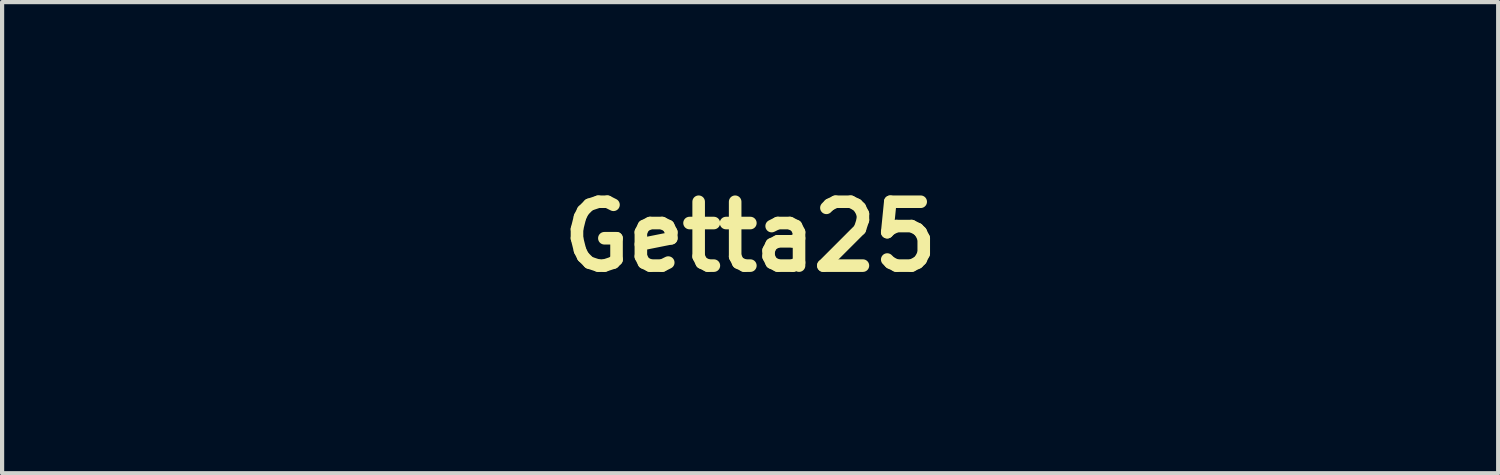
<source format=kicad_pcb>
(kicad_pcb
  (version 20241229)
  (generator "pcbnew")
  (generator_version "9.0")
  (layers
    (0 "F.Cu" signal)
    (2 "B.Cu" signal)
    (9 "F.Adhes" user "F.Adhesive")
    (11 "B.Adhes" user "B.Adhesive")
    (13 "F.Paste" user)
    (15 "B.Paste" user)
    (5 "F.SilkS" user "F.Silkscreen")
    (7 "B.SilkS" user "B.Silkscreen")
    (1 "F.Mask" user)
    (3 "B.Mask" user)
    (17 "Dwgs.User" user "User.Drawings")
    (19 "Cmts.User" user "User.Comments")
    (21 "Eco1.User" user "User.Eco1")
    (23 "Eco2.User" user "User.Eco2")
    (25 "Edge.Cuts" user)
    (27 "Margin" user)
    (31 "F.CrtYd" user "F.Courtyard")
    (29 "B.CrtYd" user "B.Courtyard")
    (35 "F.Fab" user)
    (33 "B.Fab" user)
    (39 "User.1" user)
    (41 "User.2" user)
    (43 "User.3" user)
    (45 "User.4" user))
  (footprint "Getta25"
    (layer "F.Cu")
    (at 14.853 2.598)
    (property "Reference" "Getta25" (at 0 0 0) (layer "F.SilkS") (effects (font (size 1.524 1.524) (thickness 0.3))))
    (attr through_hole)
    (fp_poly (pts (xy -5.345 2.466) (xy -6.737 2.471) (xy -7.023 2.472) (xy -7.27 2.473) (xy -7.48 2.473) (xy -7.655 2.472) (xy -7.799 2.471) (xy -7.913 2.469) (xy -8.001 2.467) (xy -8.065 2.464) (xy -8.108 2.46) (xy -8.132 2.455) (xy -8.14 2.45) (xy -8.142 2.421) (xy -8.144 2.357) (xy -8.146 2.264) (xy -8.146 2.148) (xy -8.145 2.016) (xy -8.144 1.968) (xy -8.139 1.513) (xy -5.345 1.513) (xy -5.345 2.466)) (stroke (width 0.01) (type solid)) (fill yes) (layer "F.Mask"))
    (fp_poly (pts (xy 2.207 -0.484) (xy 2.268 -0.481) (xy 2.307 -0.475) (xy 2.331 -0.465) (xy 2.344 -0.452) (xy 2.354 -0.418) (xy 2.361 -0.352) (xy 2.367 -0.263) (xy 2.371 -0.162) (xy 2.371 -0.059) (xy 2.37 0.037) (xy 2.365 0.115) (xy 2.357 0.164) (xy 2.351 0.182) (xy 2.34 0.194) (xy 2.317 0.203) (xy 2.276 0.208) (xy 2.211 0.211) (xy 2.116 0.212) (xy 1.997 0.212) (xy 1.65 0.212) (xy 1.656 -0.132) (xy 1.662 -0.476) (xy 1.99 -0.482) (xy 2.116 -0.484) (xy 2.207 -0.484)) (stroke (width 0.01) (type solid)) (fill yes) (layer "F.Mask"))
    (fp_poly (pts (xy -2.545 1.91) (xy -1.916 1.916) (xy -1.916 2.248) (xy -1.917 2.37) (xy -1.921 2.473) (xy -1.927 2.549) (xy -1.934 2.593) (xy -1.937 2.6) (xy -1.962 2.605) (xy -2.023 2.61) (xy -2.113 2.615) (xy -2.225 2.62) (xy -2.353 2.625) (xy -2.49 2.629) (xy -2.63 2.633) (xy -2.764 2.635) (xy -2.888 2.637) (xy -2.994 2.637) (xy -3.076 2.636) (xy -3.127 2.633) (xy -3.138 2.632) (xy -3.152 2.624) (xy -3.161 2.607) (xy -3.168 2.574) (xy -3.172 2.519) (xy -3.174 2.436) (xy -3.175 2.318) (xy -3.175 2.263) (xy -3.175 1.904) (xy -2.545 1.91)) (stroke (width 0.01) (type solid)) (fill yes) (layer "F.Mask"))
    (fp_poly (pts (xy 6.529 1.741) (xy 6.648 1.743) (xy 6.781 1.746) (xy 6.826 1.747) (xy 7.279 1.763) (xy 7.375 2.026) (xy 7.426 2.172) (xy 7.457 2.283) (xy 7.47 2.363) (xy 7.464 2.415) (xy 7.441 2.441) (xy 7.438 2.442) (xy 7.408 2.446) (xy 7.342 2.45) (xy 7.247 2.452) (xy 7.13 2.454) (xy 6.998 2.455) (xy 6.953 2.455) (xy 6.501 2.455) (xy 6.414 2.228) (xy 6.377 2.132) (xy 6.344 2.047) (xy 6.319 1.982) (xy 6.307 1.952) (xy 6.287 1.878) (xy 6.288 1.811) (xy 6.307 1.762) (xy 6.33 1.746) (xy 6.363 1.743) (xy 6.432 1.741) (xy 6.529 1.741)) (stroke (width 0.01) (type solid)) (fill yes) (layer "F.Mask"))
    (fp_poly (pts (xy -11.373 -0.461) (xy -11.179 -0.461) (xy -10.171 -0.455) (xy -10.165 0.059) (xy -10.164 0.227) (xy -10.164 0.358) (xy -10.166 0.454) (xy -10.169 0.521) (xy -10.175 0.561) (xy -10.183 0.58) (xy -10.186 0.582) (xy -10.212 0.584) (xy -10.276 0.586) (xy -10.374 0.588) (xy -10.502 0.59) (xy -10.656 0.592) (xy -10.831 0.594) (xy -11.023 0.596) (xy -11.228 0.597) (xy -11.259 0.597) (xy -11.504 0.599) (xy -11.71 0.599) (xy -11.88 0.599) (xy -12.018 0.598) (xy -12.126 0.596) (xy -12.208 0.593) (xy -12.266 0.59) (xy -12.305 0.585) (xy -12.327 0.579) (xy -12.334 0.575) (xy -12.343 0.557) (xy -12.35 0.521) (xy -12.355 0.463) (xy -12.357 0.377) (xy -12.358 0.26) (xy -12.357 0.106) (xy -12.356 0.057) (xy -12.351 -0.432) (xy -12.269 -0.449) (xy -12.231 -0.452) (xy -12.156 -0.455) (xy -12.048 -0.458) (xy -11.911 -0.46) (xy -11.75 -0.461) (xy -11.569 -0.461) (xy -11.373 -0.461)) (stroke (width 0.01) (type solid)) (fill yes) (layer "F.Mask"))
    (fp_poly (pts (xy 1.44 -1.099) (xy 1.501 -1.095) (xy 1.54 -1.088) (xy 1.564 -1.077) (xy 1.574 -1.069) (xy 1.584 -1.055) (xy 1.592 -1.032) (xy 1.598 -0.995) (xy 1.602 -0.94) (xy 1.605 -0.863) (xy 1.607 -0.758) (xy 1.608 -0.62) (xy 1.609 -0.446) (xy 1.609 -0.411) (xy 1.609 0.212) (xy 0.92 0.212) (xy 0.723 0.211) (xy 0.565 0.21) (xy 0.441 0.208) (xy 0.349 0.205) (xy 0.285 0.201) (xy 0.244 0.195) (xy 0.224 0.188) (xy 0.221 0.184) (xy 0.218 0.155) (xy 0.216 0.09) (xy 0.215 0.000105) (xy 0.215 -0.108) (xy 0.216 -0.17) (xy 0.222 -0.497) (xy 0.512 -0.508) (xy 0.654 -0.515) (xy 0.754 -0.525) (xy 0.814 -0.537) (xy 0.829 -0.545) (xy 0.842 -0.579) (xy 0.855 -0.65) (xy 0.865 -0.752) (xy 0.869 -0.815) (xy 0.875 -0.913) (xy 0.883 -0.995) (xy 0.891 -1.052) (xy 0.898 -1.074) (xy 0.924 -1.08) (xy 0.984 -1.086) (xy 1.07 -1.091) (xy 1.176 -1.096) (xy 1.226 -1.097) (xy 1.351 -1.099) (xy 1.44 -1.099)) (stroke (width 0.01) (type solid)) (fill yes) (layer "F.Mask"))
    (fp_poly (pts (xy -14.063 -0.594) (xy -13.929 -0.592) (xy -13.805 -0.589) (xy -13.696 -0.585) (xy -13.61 -0.579) (xy -13.555 -0.571) (xy -13.54 -0.566) (xy -13.529 -0.556) (xy -13.521 -0.537) (xy -13.515 -0.507) (xy -13.511 -0.46) (xy -13.509 -0.391) (xy -13.507 -0.297) (xy -13.507 -0.171) (xy -13.508 -0.01) (xy -13.509 0.085) (xy -13.515 0.709) (xy -13.822 0.723) (xy -13.958 0.729) (xy -14.104 0.735) (xy -14.243 0.742) (xy -14.358 0.747) (xy -14.362 0.747) (xy -14.459 0.75) (xy -14.544 0.751) (xy -14.604 0.75) (xy -14.628 0.748) (xy -14.64 0.739) (xy -14.65 0.717) (xy -14.657 0.676) (xy -14.664 0.61) (xy -14.669 0.515) (xy -14.674 0.384) (xy -14.676 0.343) (xy -14.68 0.195) (xy -14.684 0.041) (xy -14.687 -0.107) (xy -14.689 -0.234) (xy -14.69 -0.301) (xy -14.689 -0.408) (xy -14.686 -0.48) (xy -14.68 -0.526) (xy -14.67 -0.552) (xy -14.654 -0.567) (xy -14.649 -0.571) (xy -14.613 -0.579) (xy -14.543 -0.585) (xy -14.446 -0.589) (xy -14.329 -0.592) (xy -14.199 -0.594) (xy -14.063 -0.594)) (stroke (width 0.01) (type solid)) (fill yes) (layer "F.Mask"))
    (fp_poly (pts (xy 1.293 0.297) (xy 1.399 0.299) (xy 1.491 0.304) (xy 1.561 0.311) (xy 1.6 0.319) (xy 1.604 0.322) (xy 1.611 0.349) (xy 1.617 0.413) (xy 1.622 0.509) (xy 1.625 0.63) (xy 1.628 0.773) (xy 1.63 0.93) (xy 1.632 1.097) (xy 1.632 1.268) (xy 1.631 1.437) (xy 1.63 1.6) (xy 1.627 1.751) (xy 1.624 1.884) (xy 1.619 1.995) (xy 1.614 2.076) (xy 1.608 2.124) (xy 1.604 2.134) (xy 1.574 2.144) (xy 1.51 2.152) (xy 1.423 2.158) (xy 1.319 2.161) (xy 1.209 2.161) (xy 1.099 2.159) (xy 0.998 2.155) (xy 0.915 2.149) (xy 0.857 2.14) (xy 0.834 2.13) (xy 0.832 2.103) (xy 0.831 2.038) (xy 0.831 1.94) (xy 0.832 1.814) (xy 0.833 1.664) (xy 0.835 1.494) (xy 0.839 1.309) (xy 0.84 1.218) (xy 0.845 0.998) (xy 0.849 0.815) (xy 0.853 0.668) (xy 0.858 0.553) (xy 0.862 0.465) (xy 0.867 0.401) (xy 0.873 0.358) (xy 0.88 0.331) (xy 0.887 0.318) (xy 0.889 0.317) (xy 0.924 0.308) (xy 0.991 0.302) (xy 1.081 0.298) (xy 1.184 0.296) (xy 1.293 0.297)) (stroke (width 0.01) (type solid)) (fill yes) (layer "F.Mask"))
    (fp_poly (pts (xy -5.796 -2.415) (xy -5.673 -2.414) (xy -5.571 -2.413) (xy -5.496 -2.411) (xy -5.454 -2.408) (xy -5.447 -2.406) (xy -5.442 -2.381) (xy -5.436 -2.32) (xy -5.429 -2.231) (xy -5.422 -2.118) (xy -5.416 -1.99) (xy -5.41 -1.853) (xy -5.405 -1.712) (xy -5.402 -1.576) (xy -5.399 -1.45) (xy -5.399 -1.414) (xy -5.4 -1.311) (xy -5.405 -1.242) (xy -5.416 -1.199) (xy -5.431 -1.176) (xy -5.449 -1.164) (xy -5.479 -1.156) (xy -5.527 -1.15) (xy -5.598 -1.146) (xy -5.7 -1.145) (xy -5.837 -1.145) (xy -5.859 -1.145) (xy -5.988 -1.147) (xy -6.105 -1.149) (xy -6.203 -1.153) (xy -6.273 -1.157) (xy -6.308 -1.162) (xy -6.333 -1.172) (xy -6.35 -1.19) (xy -6.36 -1.225) (xy -6.367 -1.286) (xy -6.371 -1.358) (xy -6.38 -1.451) (xy -6.392 -1.525) (xy -6.407 -1.569) (xy -6.41 -1.573) (xy -6.462 -1.61) (xy -6.549 -1.641) (xy -6.662 -1.664) (xy -6.71 -1.67) (xy -6.826 -1.683) (xy -6.832 -2.035) (xy -6.834 -2.169) (xy -6.833 -2.266) (xy -6.83 -2.332) (xy -6.824 -2.373) (xy -6.815 -2.393) (xy -6.808 -2.398) (xy -6.779 -2.402) (xy -6.714 -2.405) (xy -6.62 -2.408) (xy -6.503 -2.411) (xy -6.37 -2.413) (xy -6.227 -2.414) (xy -6.079 -2.415) (xy -5.934 -2.415) (xy -5.796 -2.415)) (stroke (width 0.01) (type solid)) (fill yes) (layer "F.Mask"))
    (fp_poly (pts (xy -13.625 -2.592) (xy -13.504 -2.59) (xy -13.403 -2.587) (xy -13.329 -2.583) (xy -13.289 -2.578) (xy -13.286 -2.577) (xy -13.276 -2.571) (xy -13.268 -2.56) (xy -13.261 -2.539) (xy -13.257 -2.504) (xy -13.254 -2.451) (xy -13.252 -2.377) (xy -13.251 -2.278) (xy -13.251 -2.148) (xy -13.252 -1.985) (xy -13.254 -1.784) (xy -13.254 -1.756) (xy -13.256 -1.546) (xy -13.258 -1.375) (xy -13.261 -1.239) (xy -13.264 -1.133) (xy -13.267 -1.054) (xy -13.272 -0.999) (xy -13.278 -0.962) (xy -13.285 -0.941) (xy -13.293 -0.931) (xy -13.321 -0.926) (xy -13.388 -0.921) (xy -13.489 -0.917) (xy -13.62 -0.914) (xy -13.776 -0.912) (xy -13.954 -0.911) (xy -14.071 -0.91) (xy -14.269 -0.911) (xy -14.429 -0.911) (xy -14.555 -0.912) (xy -14.652 -0.914) (xy -14.722 -0.917) (xy -14.771 -0.921) (xy -14.803 -0.926) (xy -14.821 -0.933) (xy -14.831 -0.942) (xy -14.833 -0.947) (xy -14.838 -0.979) (xy -14.842 -1.046) (xy -14.845 -1.141) (xy -14.847 -1.259) (xy -14.848 -1.391) (xy -14.848 -1.429) (xy -14.848 -1.873) (xy -14.603 -1.879) (xy -14.498 -1.882) (xy -14.426 -1.886) (xy -14.378 -1.894) (xy -14.345 -1.906) (xy -14.319 -1.926) (xy -14.296 -1.949) (xy -14.271 -1.977) (xy -14.254 -2.005) (xy -14.241 -2.042) (xy -14.231 -2.096) (xy -14.223 -2.175) (xy -14.215 -2.287) (xy -14.213 -2.303) (xy -14.192 -2.593) (xy -13.758 -2.593) (xy -13.625 -2.592)) (stroke (width 0.01) (type solid)) (fill yes) (layer "F.Mask"))
    (fp_poly (pts (xy -3.873 -2.453) (xy -3.759 -2.45) (xy -3.632 -2.444) (xy -3.499 -2.437) (xy -3.368 -2.429) (xy -3.246 -2.42) (xy -3.139 -2.411) (xy -3.055 -2.402) (xy -2.999 -2.393) (xy -2.981 -2.387) (xy -2.977 -2.36) (xy -2.974 -2.296) (xy -2.97 -2.199) (xy -2.968 -2.075) (xy -2.966 -1.927) (xy -2.964 -1.761) (xy -2.964 -1.581) (xy -2.964 -1.555) (xy -2.964 -1.342) (xy -2.965 -1.167) (xy -2.966 -1.028) (xy -2.968 -0.919) (xy -2.972 -0.837) (xy -2.976 -0.779) (xy -2.982 -0.739) (xy -2.989 -0.715) (xy -2.993 -0.708) (xy -3.002 -0.698) (xy -3.016 -0.689) (xy -3.038 -0.682) (xy -3.072 -0.677) (xy -3.123 -0.673) (xy -3.194 -0.669) (xy -3.289 -0.667) (xy -3.413 -0.665) (xy -3.569 -0.663) (xy -3.76 -0.661) (xy -3.888 -0.66) (xy -4.075 -0.659) (xy -4.25 -0.659) (xy -4.406 -0.659) (xy -4.54 -0.66) (xy -4.647 -0.662) (xy -4.723 -0.664) (xy -4.763 -0.667) (xy -4.768 -0.669) (xy -4.773 -0.694) (xy -4.776 -0.755) (xy -4.78 -0.846) (xy -4.782 -0.961) (xy -4.783 -1.094) (xy -4.784 -1.178) (xy -4.784 -1.672) (xy -4.55 -1.672) (xy -4.422 -1.675) (xy -4.327 -1.685) (xy -4.258 -1.704) (xy -4.204 -1.735) (xy -4.158 -1.781) (xy -4.151 -1.791) (xy -4.133 -1.817) (xy -4.12 -1.848) (xy -4.113 -1.892) (xy -4.108 -1.956) (xy -4.107 -2.049) (xy -4.106 -2.141) (xy -4.106 -2.261) (xy -4.103 -2.344) (xy -4.098 -2.398) (xy -4.09 -2.43) (xy -4.078 -2.445) (xy -4.072 -2.449) (xy -4.037 -2.453) (xy -3.968 -2.455) (xy -3.873 -2.453)) (stroke (width 0.01) (type solid)) (fill yes) (layer "F.Mask"))
    (fp_poly (pts (xy -1.662 -2.223) (xy -1.467 -2.222) (xy -1.275 -2.221) (xy -1.089 -2.219) (xy -0.915 -2.217) (xy -0.757 -2.215) (xy -0.62 -2.212) (xy -0.509 -2.208) (xy -0.429 -2.205) (xy -0.384 -2.201) (xy -0.376 -2.199) (xy -0.363 -2.191) (xy -0.353 -2.179) (xy -0.346 -2.159) (xy -0.341 -2.125) (xy -0.339 -2.074) (xy -0.339 -1.999) (xy -0.34 -1.895) (xy -0.343 -1.759) (xy -0.348 -1.601) (xy -0.352 -1.45) (xy -0.356 -1.314) (xy -0.359 -1.197) (xy -0.362 -1.106) (xy -0.365 -1.047) (xy -0.366 -1.024) (xy -0.367 -1.023) (xy -0.388 -1.022) (xy -0.447 -1.02) (xy -0.539 -1.018) (xy -0.659 -1.015) (xy -0.802 -1.011) (xy -0.965 -1.008) (xy -1.141 -1.004) (xy -1.151 -1.004) (xy -1.931 -0.989) (xy -1.924 0.284) (xy -1.916 1.556) (xy -2.531 1.561) (xy -2.688 1.562) (xy -2.832 1.562) (xy -2.956 1.561) (xy -3.055 1.559) (xy -3.125 1.557) (xy -3.158 1.553) (xy -3.161 1.553) (xy -3.164 1.529) (xy -3.166 1.467) (xy -3.169 1.373) (xy -3.171 1.249) (xy -3.173 1.1) (xy -3.174 0.931) (xy -3.175 0.746) (xy -3.175 0.632) (xy -3.175 -0.273) (xy -3.096 -0.285) (xy -2.972 -0.307) (xy -2.874 -0.333) (xy -2.81 -0.36) (xy -2.794 -0.372) (xy -2.786 -0.385) (xy -2.779 -0.409) (xy -2.774 -0.448) (xy -2.77 -0.506) (xy -2.766 -0.586) (xy -2.763 -0.692) (xy -2.761 -0.827) (xy -2.759 -0.996) (xy -2.757 -1.203) (xy -2.756 -1.3) (xy -2.75 -2.197) (xy -2.703 -2.209) (xy -2.668 -2.213) (xy -2.595 -2.216) (xy -2.491 -2.219) (xy -2.36 -2.221) (xy -2.207 -2.222) (xy -2.036 -2.223) (xy -1.853 -2.223) (xy -1.662 -2.223)) (stroke (width 0.01) (type solid)) (fill yes) (layer "F.Mask"))
    (fp_poly (pts (xy -12.764 -2.514) (xy -12.644 -2.513) (xy -12.493 -2.509) (xy -12.307 -2.505) (xy -12.083 -2.5) (xy -12.075 -2.499) (xy -11.125 -2.475) (xy -11.029 -2.419) (xy -10.97 -2.379) (xy -10.895 -2.319) (xy -10.815 -2.249) (xy -10.78 -2.216) (xy -10.699 -2.134) (xy -10.642 -2.064) (xy -10.599 -1.992) (xy -10.561 -1.91) (xy -10.517 -1.795) (xy -10.483 -1.686) (xy -10.459 -1.574) (xy -10.442 -1.45) (xy -10.433 -1.305) (xy -10.428 -1.131) (xy -10.428 -1.054) (xy -10.428 -0.928) (xy -10.43 -0.817) (xy -10.434 -0.728) (xy -10.438 -0.667) (xy -10.443 -0.641) (xy -10.443 -0.641) (xy -10.469 -0.635) (xy -10.53 -0.63) (xy -10.619 -0.626) (xy -10.727 -0.624) (xy -10.847 -0.622) (xy -10.972 -0.622) (xy -11.093 -0.623) (xy -11.205 -0.626) (xy -11.298 -0.63) (xy -11.339 -0.632) (xy -11.417 -0.642) (xy -11.478 -0.654) (xy -11.511 -0.666) (xy -11.512 -0.667) (xy -11.52 -0.695) (xy -11.529 -0.757) (xy -11.536 -0.842) (xy -11.54 -0.931) (xy -11.555 -1.111) (xy -11.584 -1.252) (xy -11.629 -1.354) (xy -11.689 -1.419) (xy -11.705 -1.429) (xy -11.764 -1.452) (xy -11.844 -1.47) (xy -11.949 -1.484) (xy -12.083 -1.494) (xy -12.25 -1.5) (xy -12.454 -1.503) (xy -12.524 -1.503) (xy -12.684 -1.503) (xy -12.807 -1.504) (xy -12.898 -1.507) (xy -12.963 -1.511) (xy -13.006 -1.517) (xy -13.033 -1.526) (xy -13.048 -1.536) (xy -13.059 -1.553) (xy -13.068 -1.582) (xy -13.074 -1.629) (xy -13.078 -1.698) (xy -13.08 -1.797) (xy -13.081 -1.929) (xy -13.081 -2.008) (xy -13.08 -2.169) (xy -13.078 -2.292) (xy -13.074 -2.381) (xy -13.067 -2.441) (xy -13.058 -2.476) (xy -13.053 -2.485) (xy -13.045 -2.494) (xy -13.032 -2.501) (xy -13.01 -2.507) (xy -12.977 -2.511) (xy -12.927 -2.514) (xy -12.857 -2.515) (xy -12.764 -2.514)) (stroke (width 0.01) (type solid)) (fill yes) (layer "F.Mask"))
    (fp_poly (pts (xy -11.01 0.809) (xy -10.467 0.815) (xy -10.471 1.159) (xy -10.475 1.333) (xy -10.485 1.474) (xy -10.502 1.594) (xy -10.528 1.701) (xy -10.564 1.807) (xy -10.614 1.92) (xy -10.616 1.923) (xy -10.708 2.074) (xy -10.834 2.214) (xy -10.985 2.336) (xy -11.152 2.433) (xy -11.327 2.5) (xy -11.406 2.519) (xy -11.452 2.523) (xy -11.535 2.527) (xy -11.65 2.53) (xy -11.791 2.533) (xy -11.955 2.535) (xy -12.134 2.536) (xy -12.325 2.536) (xy -12.521 2.536) (xy -12.719 2.536) (xy -12.912 2.535) (xy -13.095 2.533) (xy -13.263 2.53) (xy -13.412 2.527) (xy -13.535 2.523) (xy -13.628 2.519) (xy -13.637 2.519) (xy -13.746 2.51) (xy -13.826 2.499) (xy -13.892 2.482) (xy -13.959 2.456) (xy -14.021 2.426) (xy -14.197 2.317) (xy -14.345 2.176) (xy -14.465 2.004) (xy -14.499 1.94) (xy -14.563 1.796) (xy -14.608 1.66) (xy -14.638 1.518) (xy -14.657 1.355) (xy -14.662 1.28) (xy -14.667 1.177) (xy -14.667 1.107) (xy -14.663 1.062) (xy -14.654 1.035) (xy -14.637 1.017) (xy -14.636 1.016) (xy -14.617 1.006) (xy -14.584 0.998) (xy -14.53 0.991) (xy -14.453 0.986) (xy -14.348 0.982) (xy -14.208 0.979) (xy -14.054 0.977) (xy -13.51 0.969) (xy -13.497 1.019) (xy -13.489 1.072) (xy -13.484 1.142) (xy -13.483 1.164) (xy -13.467 1.265) (xy -13.425 1.353) (xy -13.362 1.416) (xy -13.352 1.421) (xy -13.327 1.429) (xy -13.281 1.435) (xy -13.211 1.44) (xy -13.113 1.444) (xy -12.983 1.447) (xy -12.819 1.448) (xy -12.616 1.449) (xy -12.562 1.449) (xy -12.363 1.449) (xy -12.203 1.449) (xy -12.076 1.448) (xy -11.978 1.446) (xy -11.904 1.443) (xy -11.851 1.438) (xy -11.813 1.432) (xy -11.787 1.425) (xy -11.767 1.415) (xy -11.762 1.412) (xy -11.697 1.355) (xy -11.647 1.275) (xy -11.609 1.167) (xy -11.58 1.026) (xy -11.567 0.926) (xy -11.554 0.804) (xy -11.01 0.809)) (stroke (width 0.01) (type solid)) (fill yes) (layer "F.Mask"))
    (fp_poly (pts (xy -7.486 -2.286) (xy -7.363 -2.285) (xy -7.265 -2.284) (xy -7.19 -2.281) (xy -7.135 -2.278) (xy -7.095 -2.274) (xy -7.069 -2.269) (xy -7.052 -2.263) (xy -7.042 -2.255) (xy -7.042 -2.255) (xy -7.029 -2.237) (xy -7.02 -2.21) (xy -7.013 -2.166) (xy -7.009 -2.1) (xy -7.007 -2.005) (xy -7.006 -1.877) (xy -7.006 -1.824) (xy -7.007 -1.696) (xy -7.009 -1.58) (xy -7.012 -1.483) (xy -7.016 -1.414) (xy -7.02 -1.381) (xy -7.032 -1.333) (xy -8.445 -1.333) (xy -8.445 -0.406) (xy -7.604 -0.399) (xy -7.392 -0.397) (xy -7.219 -0.395) (xy -7.079 -0.393) (xy -6.968 -0.39) (xy -6.882 -0.387) (xy -6.817 -0.383) (xy -6.768 -0.377) (xy -6.732 -0.37) (xy -6.702 -0.362) (xy -6.677 -0.351) (xy -6.668 -0.347) (xy -6.545 -0.268) (xy -6.448 -0.16) (xy -6.384 -0.031) (xy -6.354 0.112) (xy -6.354 0.19) (xy -6.362 0.265) (xy -6.376 0.319) (xy -6.404 0.355) (xy -6.452 0.379) (xy -6.526 0.392) (xy -6.632 0.401) (xy -6.694 0.405) (xy -6.795 0.411) (xy -6.879 0.416) (xy -6.938 0.421) (xy -6.964 0.424) (xy -6.964 0.424) (xy -6.949 0.428) (xy -6.901 0.436) (xy -6.827 0.446) (xy -6.773 0.453) (xy -6.572 0.476) (xy -6.566 0.54) (xy -6.568 0.579) (xy -6.584 0.612) (xy -6.617 0.64) (xy -6.67 0.663) (xy -6.746 0.681) (xy -6.848 0.695) (xy -6.979 0.705) (xy -7.141 0.712) (xy -7.338 0.717) (xy -7.573 0.719) (xy -7.742 0.72) (xy -8.445 0.72) (xy -8.446 1.55) (xy -8.446 1.736) (xy -8.447 1.909) (xy -8.449 2.065) (xy -8.451 2.2) (xy -8.453 2.308) (xy -8.455 2.385) (xy -8.458 2.425) (xy -8.459 2.429) (xy -8.472 2.477) (xy -9.016 2.477) (xy -9.164 2.476) (xy -9.297 2.474) (xy -9.411 2.472) (xy -9.499 2.469) (xy -9.555 2.466) (xy -9.574 2.462) (xy -9.576 2.44) (xy -9.578 2.378) (xy -9.58 2.278) (xy -9.581 2.145) (xy -9.583 1.98) (xy -9.584 1.787) (xy -9.585 1.567) (xy -9.586 1.324) (xy -9.587 1.061) (xy -9.588 0.779) (xy -9.588 0.482) (xy -9.588 0.173) (xy -9.588 0.104) (xy -9.588 -0.09) (xy -6.977 -0.09) (xy -6.972 -0.045) (xy -6.963 -0.031) (xy -6.934 -0.005) (xy -6.921 0) (xy -6.896 -0.014) (xy -6.88 -0.031) (xy -6.865 -0.074) (xy -6.876 -0.118) (xy -6.907 -0.146) (xy -6.921 -0.148) (xy -6.958 -0.131) (xy -6.977 -0.09) (xy -9.588 -0.09) (xy -9.588 -0.276) (xy -9.588 -0.616) (xy -9.588 -0.917) (xy -9.587 -1.182) (xy -9.586 -1.412) (xy -9.585 -1.61) (xy -9.583 -1.777) (xy -9.581 -1.916) (xy -9.579 -2.028) (xy -9.576 -2.115) (xy -9.573 -2.18) (xy -9.57 -2.224) (xy -9.566 -2.25) (xy -9.562 -2.258) (xy -9.537 -2.261) (xy -9.473 -2.265) (xy -9.374 -2.268) (xy -9.244 -2.271) (xy -9.088 -2.274) (xy -8.908 -2.277) (xy -8.709 -2.279) (xy -8.494 -2.281) (xy -8.306 -2.283) (xy -8.046 -2.284) (xy -7.825 -2.285) (xy -7.639 -2.286) (xy -7.486 -2.286)) (stroke (width 0.01) (type solid)) (fill yes) (layer "F.Mask"))
    (fp_poly (pts (xy 14.095 -2.43) (xy 14.111 -2.429) (xy 14.404 -2.424) (xy 14.41 -2.339) (xy 14.417 -2.252) (xy 14.428 -2.198) (xy 14.45 -2.171) (xy 14.488 -2.16) (xy 14.537 -2.159) (xy 14.627 -2.157) (xy 14.684 -2.148) (xy 14.715 -2.123) (xy 14.728 -2.074) (xy 14.729 -1.994) (xy 14.727 -1.95) (xy 14.721 -1.767) (xy 13.811 -1.752) (xy 13.566 -1.748) (xy 13.36 -1.744) (xy 13.188 -1.74) (xy 13.048 -1.736) (xy 12.936 -1.731) (xy 12.847 -1.725) (xy 12.778 -1.718) (xy 12.727 -1.71) (xy 12.687 -1.699) (xy 12.658 -1.687) (xy 12.633 -1.671) (xy 12.611 -1.653) (xy 12.601 -1.645) (xy 12.525 -1.578) (xy 12.54 -1.112) (xy 12.545 -0.96) (xy 12.549 -0.844) (xy 12.554 -0.759) (xy 12.56 -0.699) (xy 12.567 -0.658) (xy 12.577 -0.63) (xy 12.591 -0.609) (xy 12.608 -0.59) (xy 12.609 -0.589) (xy 12.663 -0.532) (xy 13.355 -0.544) (xy 14.047 -0.557) (xy 14.422 -0.067) (xy 14.518 0.061) (xy 14.607 0.18) (xy 14.685 0.285) (xy 14.748 0.373) (xy 14.793 0.437) (xy 14.815 0.474) (xy 14.817 0.478) (xy 14.823 0.515) (xy 14.828 0.588) (xy 14.832 0.691) (xy 14.835 0.818) (xy 14.836 0.963) (xy 14.837 1.119) (xy 14.836 1.281) (xy 14.835 1.441) (xy 14.832 1.594) (xy 14.829 1.734) (xy 14.824 1.855) (xy 14.819 1.95) (xy 14.816 1.978) (xy 14.802 2.104) (xy 14.787 2.196) (xy 14.766 2.265) (xy 14.735 2.319) (xy 14.692 2.368) (xy 14.644 2.412) (xy 14.535 2.505) (xy 14.036 2.521) (xy 13.872 2.526) (xy 13.694 2.53) (xy 13.505 2.532) (xy 13.31 2.535) (xy 13.116 2.536) (xy 12.926 2.536) (xy 12.745 2.536) (xy 12.58 2.535) (xy 12.434 2.533) (xy 12.312 2.53) (xy 12.221 2.527) (xy 12.164 2.523) (xy 12.15 2.52) (xy 12.038 2.475) (xy 11.945 2.412) (xy 11.872 2.327) (xy 11.815 2.217) (xy 11.773 2.079) (xy 11.745 1.91) (xy 11.73 1.705) (xy 11.727 1.511) (xy 11.731 1.334) (xy 11.742 1.208) (xy 12.277 1.208) (xy 12.293 1.227) (xy 12.298 1.228) (xy 12.316 1.21) (xy 12.319 1.195) (xy 12.309 1.173) (xy 12.298 1.175) (xy 12.277 1.202) (xy 12.277 1.208) (xy 11.742 1.208) (xy 11.743 1.196) (xy 11.765 1.094) (xy 11.798 1.024) (xy 11.843 0.985) (xy 11.897 0.974) (xy 11.943 0.964) (xy 11.971 0.926) (xy 11.977 0.91) (xy 11.994 0.872) (xy 12.02 0.853) (xy 12.067 0.847) (xy 12.101 0.847) (xy 12.249 0.862) (xy 12.368 0.907) (xy 12.457 0.98) (xy 12.516 1.082) (xy 12.517 1.085) (xy 12.532 1.145) (xy 12.546 1.234) (xy 12.556 1.336) (xy 12.56 1.395) (xy 12.567 1.498) (xy 12.575 1.568) (xy 12.587 1.615) (xy 12.604 1.648) (xy 12.618 1.665) (xy 12.665 1.714) (xy 13.316 1.714) (xy 13.499 1.714) (xy 13.645 1.714) (xy 13.757 1.713) (xy 13.841 1.711) (xy 13.901 1.708) (xy 13.941 1.703) (xy 13.968 1.696) (xy 13.984 1.687) (xy 13.995 1.675) (xy 14.001 1.667) (xy 14.012 1.644) (xy 14.021 1.609) (xy 14.027 1.555) (xy 14.031 1.478) (xy 14.033 1.371) (xy 14.033 1.228) (xy 14.034 1.184) (xy 14.033 1.027) (xy 14.031 0.904) (xy 14.024 0.808) (xy 14.01 0.729) (xy 13.987 0.659) (xy 13.951 0.591) (xy 13.901 0.515) (xy 13.834 0.424) (xy 13.784 0.358) (xy 13.642 0.17) (xy 13.143 0.17) (xy 12.973 0.169) (xy 12.792 0.167) (xy 12.612 0.164) (xy 12.446 0.16) (xy 12.307 0.156) (xy 12.286 0.155) (xy 11.929 0.141) (xy 11.837 0.056) (xy 11.744 -0.03) (xy 11.759 -1.068) (xy 11.774 -2.106) (xy 11.851 -2.222) (xy 11.901 -2.288) (xy 11.954 -2.342) (xy 11.99 -2.369) (xy 12.016 -2.377) (xy 12.059 -2.384) (xy 12.123 -2.39) (xy 12.211 -2.396) (xy 12.327 -2.401) (xy 12.474 -2.406) (xy 12.655 -2.411) (xy 12.875 -2.416) (xy 12.936 -2.417) (xy 13.139 -2.421) (xy 13.34 -2.424) (xy 13.534 -2.427) (xy 13.712 -2.429) (xy 13.87 -2.43) (xy 14 -2.43) (xy 14.095 -2.43)) (stroke (width 0.01) (type solid)) (fill yes) (layer "F.Mask"))
    (fp_poly (pts (xy 10.097 -2.402) (xy 10.28 -2.401) (xy 10.432 -2.398) (xy 10.556 -2.394) (xy 10.655 -2.387) (xy 10.733 -2.377) (xy 10.794 -2.363) (xy 10.841 -2.345) (xy 10.877 -2.323) (xy 10.906 -2.296) (xy 10.932 -2.262) (xy 10.958 -2.223) (xy 10.975 -2.196) (xy 11.06 -2.065) (xy 11.052 -1.324) (xy 11.044 -0.582) (xy 10.974 -0.445) (xy 10.951 -0.403) (xy 10.925 -0.36) (xy 10.893 -0.312) (xy 10.851 -0.257) (xy 10.799 -0.191) (xy 10.733 -0.112) (xy 10.652 -0.016) (xy 10.552 0.098) (xy 10.432 0.234) (xy 10.289 0.395) (xy 10.12 0.584) (xy 10.062 0.648) (xy 9.936 0.789) (xy 9.812 0.928) (xy 9.694 1.06) (xy 9.587 1.181) (xy 9.496 1.285) (xy 9.425 1.366) (xy 9.389 1.408) (xy 9.226 1.598) (xy 10.048 1.611) (xy 10.272 1.615) (xy 10.459 1.619) (xy 10.611 1.623) (xy 10.732 1.627) (xy 10.828 1.633) (xy 10.902 1.64) (xy 10.958 1.648) (xy 11 1.658) (xy 11.032 1.67) (xy 11.059 1.684) (xy 11.064 1.687) (xy 11.117 1.742) (xy 11.158 1.822) (xy 11.186 1.916) (xy 11.199 2.012) (xy 11.193 2.1) (xy 11.167 2.166) (xy 11.157 2.178) (xy 11.123 2.228) (xy 11.109 2.268) (xy 11.088 2.31) (xy 11.043 2.355) (xy 11.03 2.365) (xy 10.958 2.413) (xy 9.521 2.413) (xy 9.235 2.413) (xy 8.988 2.413) (xy 8.778 2.412) (xy 8.602 2.411) (xy 8.457 2.409) (xy 8.34 2.408) (xy 8.248 2.405) (xy 8.179 2.402) (xy 8.13 2.398) (xy 8.098 2.394) (xy 8.08 2.389) (xy 8.073 2.383) (xy 8.069 2.353) (xy 8.067 2.288) (xy 8.066 2.195) (xy 8.067 2.081) (xy 8.068 1.954) (xy 8.068 1.952) (xy 8.07 1.835) (xy 10.765 1.835) (xy 10.773 1.868) (xy 10.796 1.884) (xy 10.822 1.868) (xy 10.828 1.861) (xy 10.829 1.829) (xy 10.805 1.807) (xy 10.777 1.808) (xy 10.765 1.835) (xy 8.07 1.835) (xy 8.071 1.812) (xy 8.074 1.707) (xy 8.078 1.632) (xy 8.084 1.578) (xy 8.093 1.54) (xy 8.105 1.511) (xy 8.122 1.484) (xy 8.129 1.474) (xy 8.158 1.439) (xy 8.212 1.377) (xy 8.29 1.29) (xy 8.387 1.181) (xy 8.503 1.055) (xy 8.632 0.913) (xy 8.774 0.76) (xy 8.924 0.597) (xy 9.079 0.429) (xy 9.238 0.259) (xy 9.396 0.09) (xy 9.552 -0.076) (xy 9.702 -0.235) (xy 9.775 -0.312) (xy 9.909 -0.454) (xy 10.016 -0.57) (xy 10.099 -0.661) (xy 10.159 -0.733) (xy 10.2 -0.786) (xy 10.224 -0.825) (xy 10.235 -0.853) (xy 10.24 -0.903) (xy 10.242 -0.98) (xy 10.243 -1.077) (xy 10.242 -1.183) (xy 10.239 -1.291) (xy 10.235 -1.392) (xy 10.229 -1.476) (xy 10.223 -1.535) (xy 10.216 -1.559) (xy 10.191 -1.564) (xy 10.13 -1.569) (xy 10.037 -1.574) (xy 9.92 -1.578) (xy 9.783 -1.581) (xy 9.645 -1.583) (xy 9.463 -1.584) (xy 9.319 -1.584) (xy 9.208 -1.581) (xy 9.124 -1.575) (xy 9.064 -1.565) (xy 9.023 -1.55) (xy 8.995 -1.529) (xy 8.976 -1.501) (xy 8.962 -1.466) (xy 8.96 -1.46) (xy 8.95 -1.408) (xy 8.942 -1.32) (xy 8.936 -1.203) (xy 8.934 -1.064) (xy 8.934 -1.045) (xy 8.933 -0.912) (xy 8.931 -0.816) (xy 8.923 -0.75) (xy 8.906 -0.709) (xy 8.876 -0.688) (xy 8.828 -0.679) (xy 8.759 -0.677) (xy 8.693 -0.678) (xy 8.592 -0.68) (xy 8.527 -0.692) (xy 8.489 -0.719) (xy 8.471 -0.764) (xy 8.467 -0.834) (xy 8.467 -0.835) (xy 8.46 -0.919) (xy 8.442 -0.972) (xy 8.436 -0.98) (xy 8.4 -0.998) (xy 8.336 -1.015) (xy 8.265 -1.026) (xy 8.125 -1.041) (xy 8.132 -1.531) (xy 8.134 -1.687) (xy 8.136 -1.808) (xy 8.14 -1.897) (xy 8.144 -1.963) (xy 8.151 -2.011) (xy 8.16 -2.047) (xy 8.173 -2.078) (xy 8.19 -2.108) (xy 8.196 -2.119) (xy 8.281 -2.234) (xy 8.383 -2.323) (xy 8.481 -2.373) (xy 8.51 -2.38) (xy 8.557 -2.385) (xy 8.625 -2.39) (xy 8.717 -2.394) (xy 8.836 -2.397) (xy 8.986 -2.399) (xy 9.169 -2.4) (xy 9.388 -2.401) (xy 9.62 -2.402) (xy 9.878 -2.402) (xy 10.097 -2.402)) (stroke (width 0.01) (type solid)) (fill yes) (layer "F.Mask"))
    (fp_poly (pts (xy 5.484 -2.388) (xy 5.568 -2.385) (xy 5.626 -2.38) (xy 5.662 -2.373) (xy 5.677 -2.366) (xy 5.688 -2.355) (xy 5.702 -2.334) (xy 5.719 -2.302) (xy 5.74 -2.257) (xy 5.767 -2.197) (xy 5.799 -2.121) (xy 5.838 -2.025) (xy 5.883 -1.909) (xy 5.937 -1.771) (xy 6 -1.608) (xy 6.071 -1.42) (xy 6.153 -1.203) (xy 6.245 -0.957) (xy 6.349 -0.679) (xy 6.465 -0.367) (xy 6.594 -0.021) (xy 6.737 0.363) (xy 6.795 0.519) (xy 6.854 0.676) (xy 6.909 0.821) (xy 6.959 0.951) (xy 7.001 1.059) (xy 7.034 1.14) (xy 7.055 1.189) (xy 7.061 1.2) (xy 7.085 1.259) (xy 7.091 1.323) (xy 7.08 1.378) (xy 7.054 1.408) (xy 7.015 1.415) (xy 6.942 1.421) (xy 6.845 1.427) (xy 6.731 1.431) (xy 6.61 1.433) (xy 6.491 1.434) (xy 6.382 1.433) (xy 6.293 1.43) (xy 6.234 1.425) (xy 6.107 1.407) (xy 5.975 1.074) (xy 5.964 1.173) (xy 5.933 1.299) (xy 5.872 1.432) (xy 5.788 1.557) (xy 5.704 1.648) (xy 5.566 1.746) (xy 5.411 1.808) (xy 5.243 1.832) (xy 5.065 1.819) (xy 4.881 1.767) (xy 4.768 1.717) (xy 4.638 1.635) (xy 4.54 1.532) (xy 4.469 1.403) (xy 4.461 1.374) (xy 4.767 1.374) (xy 4.778 1.395) (xy 4.793 1.408) (xy 4.819 1.42) (xy 4.861 1.429) (xy 4.928 1.435) (xy 5.023 1.438) (xy 5.155 1.439) (xy 5.17 1.439) (xy 5.3 1.438) (xy 5.41 1.434) (xy 5.493 1.428) (xy 5.541 1.419) (xy 5.548 1.417) (xy 5.577 1.394) (xy 5.568 1.367) (xy 5.566 1.364) (xy 5.548 1.352) (xy 5.512 1.344) (xy 5.454 1.338) (xy 5.367 1.335) (xy 5.246 1.334) (xy 5.178 1.334) (xy 5.023 1.335) (xy 4.908 1.339) (xy 4.829 1.347) (xy 4.783 1.358) (xy 4.767 1.374) (xy 4.461 1.374) (xy 4.422 1.243) (xy 4.411 1.175) (xy 4.395 1.069) (xy 4.375 1.143) (xy 4.363 1.182) (xy 4.34 1.255) (xy 4.307 1.356) (xy 4.267 1.481) (xy 4.221 1.623) (xy 4.17 1.777) (xy 4.154 1.826) (xy 4.09 2.019) (xy 4.037 2.174) (xy 3.994 2.293) (xy 3.96 2.378) (xy 3.935 2.431) (xy 3.917 2.455) (xy 3.916 2.455) (xy 3.881 2.462) (xy 3.81 2.468) (xy 3.709 2.471) (xy 3.585 2.472) (xy 3.444 2.471) (xy 3.292 2.468) (xy 3.136 2.464) (xy 3.064 2.461) (xy 2.9 2.454) (xy 2.9 2.385) (xy 2.906 2.349) (xy 2.925 2.278) (xy 2.954 2.178) (xy 2.992 2.053) (xy 3.038 1.91) (xy 3.089 1.753) (xy 3.123 1.651) (xy 3.223 1.35) (xy 3.325 1.04) (xy 3.397 0.819) (xy 4.725 0.819) (xy 4.743 0.873) (xy 4.762 0.893) (xy 4.809 0.925) (xy 4.845 0.925) (xy 4.885 0.893) (xy 4.889 0.889) (xy 4.906 0.867) (xy 5.468 0.867) (xy 5.49 0.909) (xy 5.528 0.93) (xy 5.571 0.924) (xy 5.609 0.887) (xy 5.614 0.877) (xy 5.625 0.816) (xy 5.603 0.771) (xy 5.551 0.752) (xy 5.544 0.751) (xy 5.498 0.767) (xy 5.474 0.808) (xy 5.468 0.867) (xy 4.906 0.867) (xy 4.925 0.84) (xy 4.924 0.795) (xy 4.883 0.745) (xy 4.881 0.743) (xy 4.84 0.711) (xy 4.805 0.71) (xy 4.786 0.718) (xy 4.74 0.762) (xy 4.725 0.819) (xy 3.397 0.819) (xy 3.43 0.716) (xy 3.487 0.54) (xy 4.551 0.54) (xy 4.566 0.533) (xy 4.605 0.505) (xy 4.661 0.461) (xy 4.668 0.455) (xy 4.743 0.399) (xy 4.82 0.346) (xy 4.874 0.314) (xy 4.945 0.286) (xy 5.035 0.268) (xy 5.149 0.258) (xy 5.299 0.258) (xy 5.423 0.275) (xy 5.531 0.314) (xy 5.633 0.374) (xy 5.736 0.445) (xy 5.686 0.313) (xy 5.571 0.009) (xy 5.47 -0.257) (xy 5.383 -0.486) (xy 5.308 -0.68) (xy 5.245 -0.84) (xy 5.194 -0.97) (xy 5.154 -1.069) (xy 5.124 -1.139) (xy 5.103 -1.183) (xy 5.092 -1.201) (xy 5.089 -1.202) (xy 5.082 -1.18) (xy 5.063 -1.124) (xy 5.035 -1.037) (xy 5 -0.925) (xy 4.959 -0.793) (xy 4.913 -0.645) (xy 4.864 -0.488) (xy 4.814 -0.325) (xy 4.764 -0.163) (xy 4.715 -0.006) (xy 4.67 0.14) (xy 4.63 0.271) (xy 4.597 0.382) (xy 4.571 0.467) (xy 4.556 0.521) (xy 4.551 0.54) (xy 3.487 0.54) (xy 3.54 0.374) (xy 3.657 0.01) (xy 3.781 -0.38) (xy 3.914 -0.802) (xy 4.058 -1.259) (xy 4.087 -1.352) (xy 4.149 -1.549) (xy 4.207 -1.735) (xy 4.261 -1.903) (xy 4.308 -2.052) (xy 4.349 -2.177) (xy 4.381 -2.273) (xy 4.402 -2.338) (xy 4.413 -2.367) (xy 4.414 -2.368) (xy 4.438 -2.371) (xy 4.498 -2.375) (xy 4.591 -2.379) (xy 4.709 -2.382) (xy 4.847 -2.385) (xy 5.001 -2.387) (xy 5.034 -2.387) (xy 5.221 -2.389) (xy 5.37 -2.389) (xy 5.484 -2.388)) (stroke (width 0.01) (type solid)) (fill yes) (layer "F.Mask")))
  (gr_rect
    (start -3 -3)
    (end 32.695 8.24)
    (stroke (width 0.1) (type default))
    (fill no)
    (layer "Edge.Cuts")))
</source>
